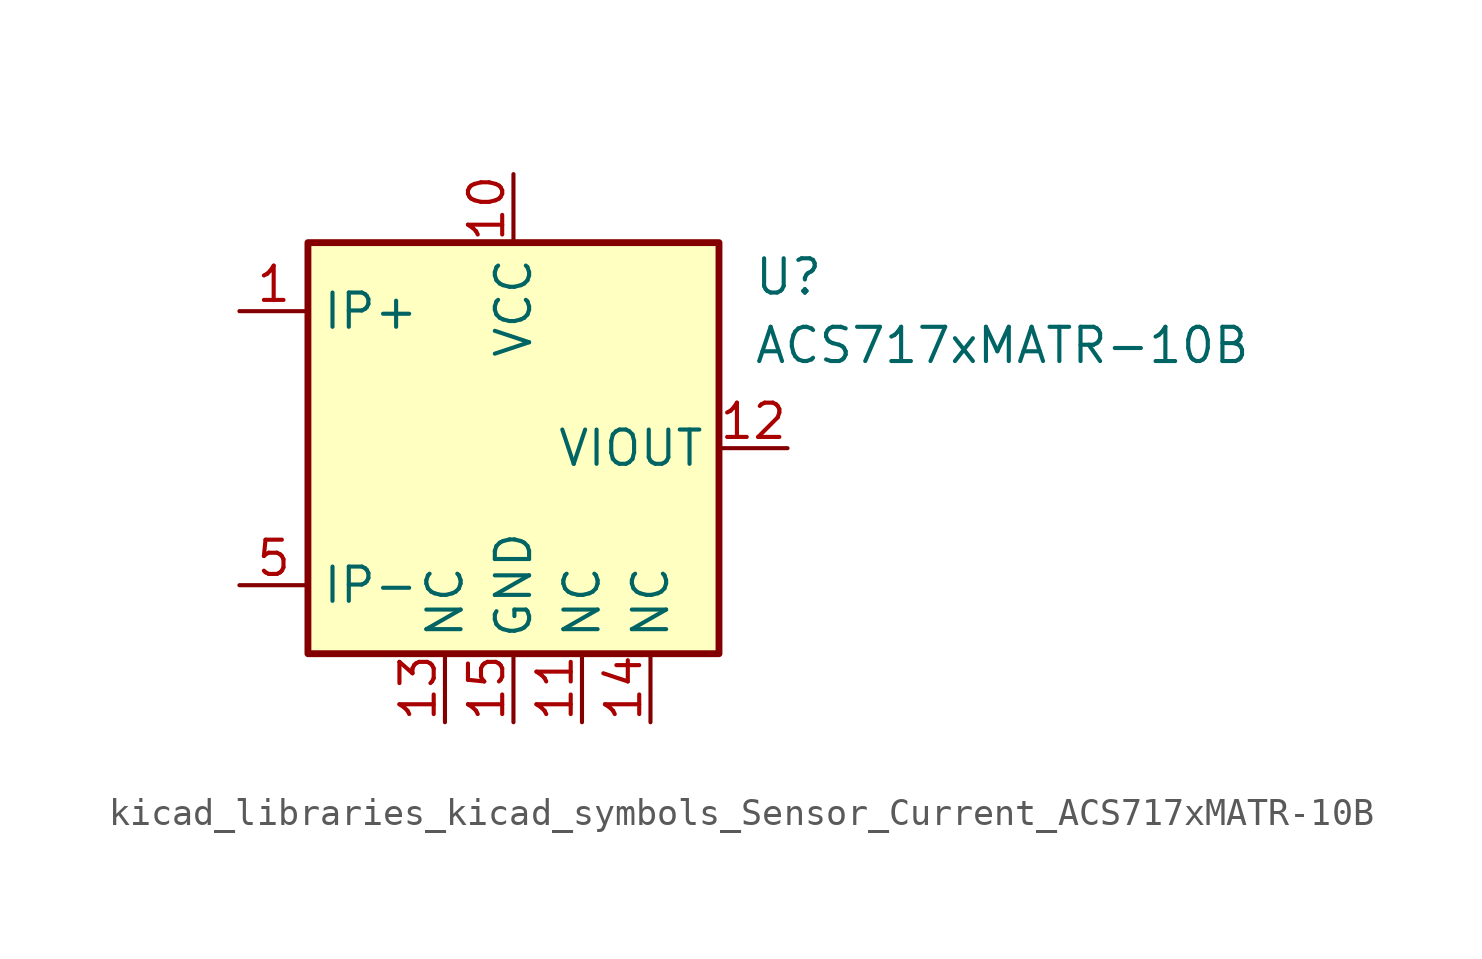
<source format=kicad_sym>
(kicad_symbol_lib
  (version 20220914)
  (generator kicad_symbol_editor)
  (symbol "kicad_libraries_kicad_symbols_Sensor_Current_ACS717xMATR-10B"
    (property "Reference" "U"
      (at 8.89 6.35 0)
      (effects (font (size 1.27 1.27)) (justify left)))
    (property "Value" "ACS717xMATR-10B"
      (at 8.89 3.81 0)
      (effects (font (size 1.27 1.27)) (justify left)))
    (symbol "kicad_libraries_kicad_symbols_Sensor_Current_ACS717xMATR-10B_0_1"
      (rectangle (start -7.62 7.62) (end 7.62 -7.62) (stroke (width 0.254) (type default)) (fill (type background))))
    (symbol "kicad_libraries_kicad_symbols_Sensor_Current_ACS717xMATR-10B_1_1"
      (pin passive line (at -10.16 5.08 0) (length 2.54) (name "IP+" (effects (font (size 1.27 1.27)))) (number "1" (effects (font (size 1.27 1.27)))))
      (pin power_in line (at 0 10.16 270) (length 2.54) (name "VCC" (effects (font (size 1.27 1.27)))) (number "10" (effects (font (size 1.27 1.27)))))
      (pin passive line (at 2.54 -10.16 90) (length 2.54) (name "NC" (effects (font (size 1.27 1.27)))) (number "11" (effects (font (size 1.27 1.27)))))
      (pin output line (at 10.16 0 180) (length 2.54) (name "VIOUT" (effects (font (size 1.27 1.27)))) (number "12" (effects (font (size 1.27 1.27)))))
      (pin passive line (at -2.54 -10.16 90) (length 2.54) (name "NC" (effects (font (size 1.27 1.27)))) (number "13" (effects (font (size 1.27 1.27)))))
      (pin passive line (at 5.08 -10.16 90) (length 2.54) (name "NC" (effects (font (size 1.27 1.27)))) (number "14" (effects (font (size 1.27 1.27)))))
      (pin power_in line (at 0 -10.16 90) (length 2.54) (name "GND" (effects (font (size 1.27 1.27)))) (number "15" (effects (font (size 1.27 1.27)))))
      (pin no_connect line (at 7.62 2.54 180) (length 2.54) hide (name "NC" (effects (font (size 1.27 1.27)))) (number "16" (effects (font (size 1.27 1.27)))))
      (pin passive line (at -10.16 5.08 0) (length 2.54) hide (name "IP+" (effects (font (size 1.27 1.27)))) (number "2" (effects (font (size 1.27 1.27)))))
      (pin passive line (at -10.16 5.08 0) (length 2.54) hide (name "IP+" (effects (font (size 1.27 1.27)))) (number "3" (effects (font (size 1.27 1.27)))))
      (pin passive line (at -10.16 5.08 0) (length 2.54) hide (name "IP+" (effects (font (size 1.27 1.27)))) (number "4" (effects (font (size 1.27 1.27)))))
      (pin passive line (at -10.16 -5.08 0) (length 2.54) (name "IP-" (effects (font (size 1.27 1.27)))) (number "5" (effects (font (size 1.27 1.27)))))
      (pin passive line (at -10.16 -5.08 0) (length 2.54) hide (name "IP-" (effects (font (size 1.27 1.27)))) (number "6" (effects (font (size 1.27 1.27)))))
      (pin passive line (at -10.16 -5.08 0) (length 2.54) hide (name "IP-" (effects (font (size 1.27 1.27)))) (number "7" (effects (font (size 1.27 1.27)))))
      (pin passive line (at -10.16 -5.08 0) (length 2.54) hide (name "IP-" (effects (font (size 1.27 1.27)))) (number "8" (effects (font (size 1.27 1.27)))))
      (pin no_connect line (at 7.62 5.08 180) (length 2.54) hide (name "NC" (effects (font (size 1.27 1.27)))) (number "9" (effects (font (size 1.27 1.27))))))))
</source>
